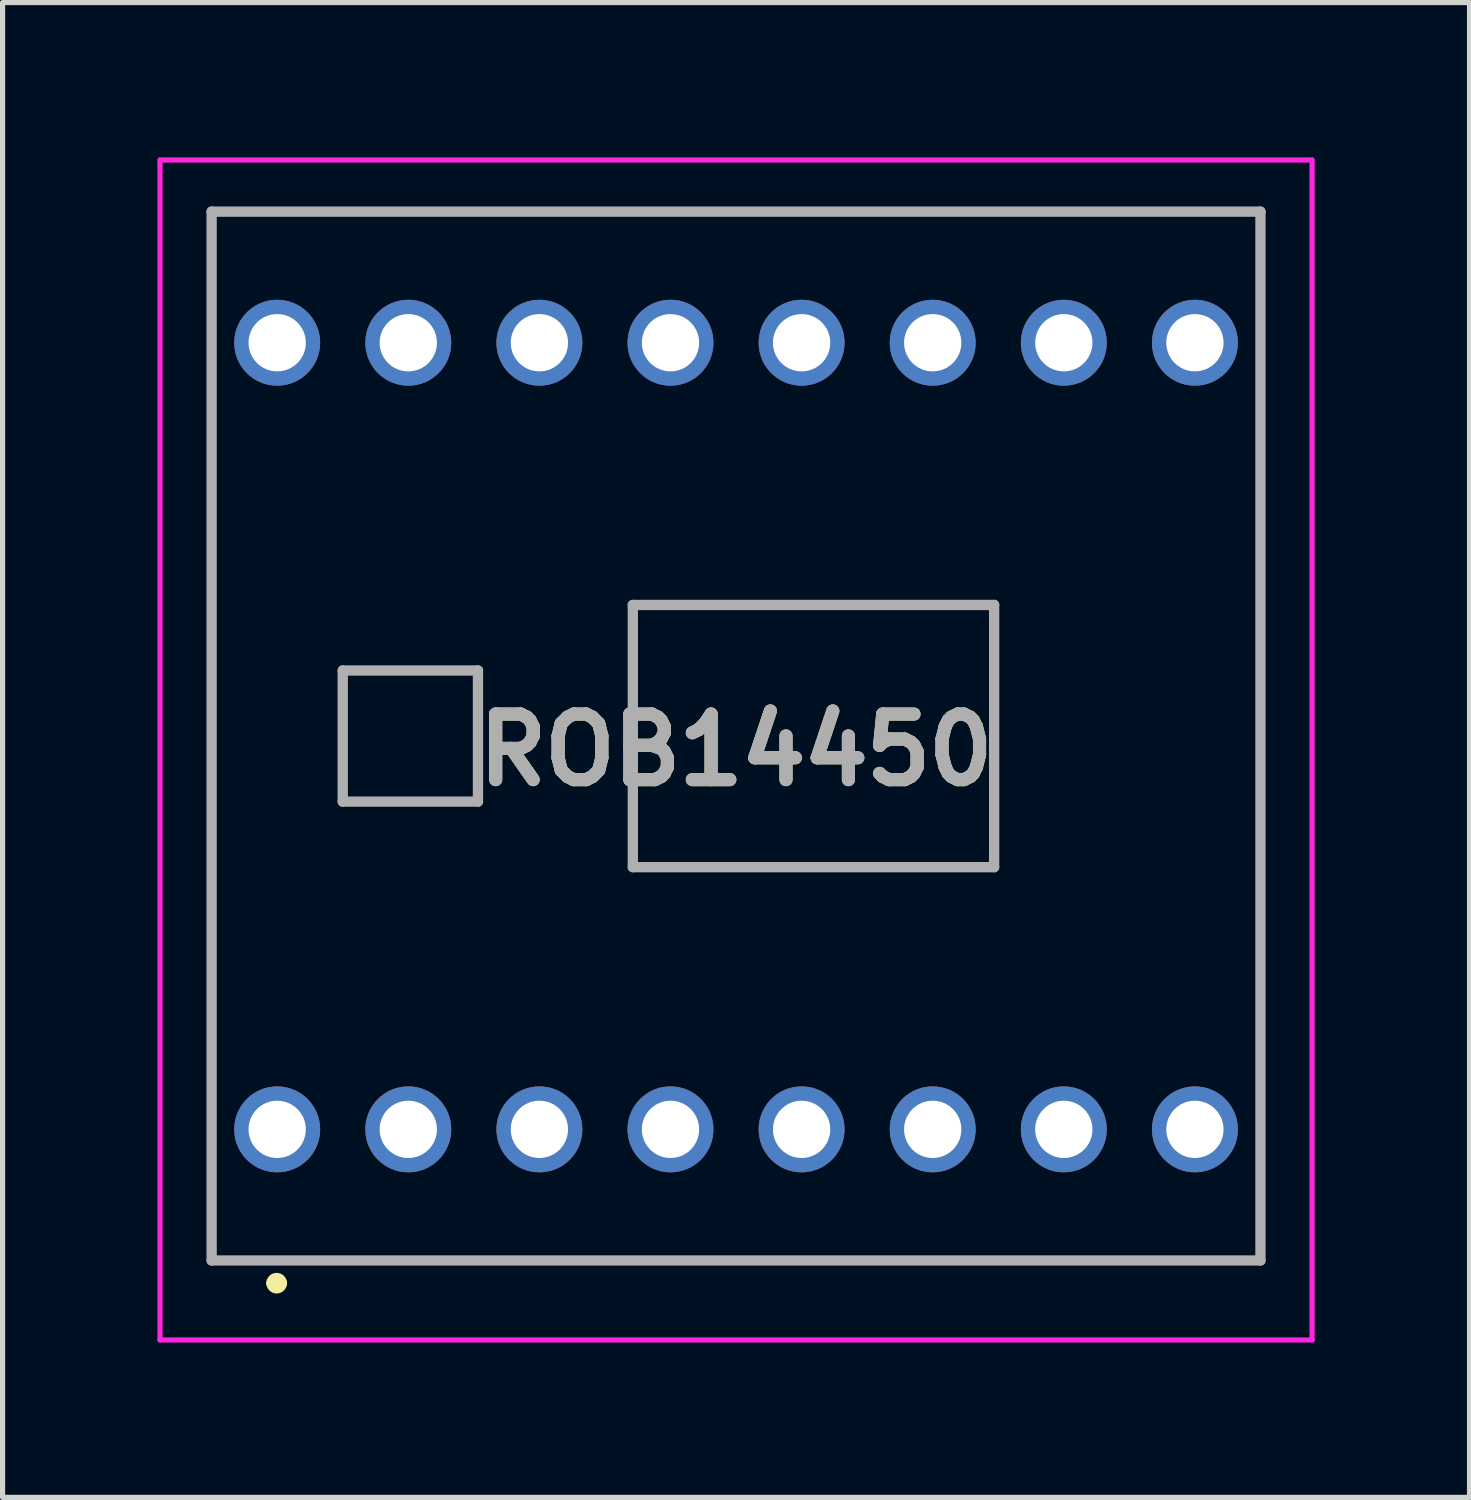
<source format=kicad_pcb>
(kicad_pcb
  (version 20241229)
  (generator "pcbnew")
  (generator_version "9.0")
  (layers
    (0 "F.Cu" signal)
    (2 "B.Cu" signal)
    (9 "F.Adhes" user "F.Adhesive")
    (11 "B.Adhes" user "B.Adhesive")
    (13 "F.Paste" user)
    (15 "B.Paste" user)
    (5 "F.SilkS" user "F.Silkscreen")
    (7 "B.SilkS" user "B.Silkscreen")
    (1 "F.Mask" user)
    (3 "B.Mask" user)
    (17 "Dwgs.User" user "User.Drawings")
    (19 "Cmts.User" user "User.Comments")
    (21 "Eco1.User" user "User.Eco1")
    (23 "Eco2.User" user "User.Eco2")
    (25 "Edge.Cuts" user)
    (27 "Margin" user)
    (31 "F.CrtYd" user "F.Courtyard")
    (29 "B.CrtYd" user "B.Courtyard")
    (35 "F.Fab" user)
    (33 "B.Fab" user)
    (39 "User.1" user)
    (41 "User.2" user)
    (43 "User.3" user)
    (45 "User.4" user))
  (footprint "ROB14450"
    (layer "F.Cu")
    (at 11.21 11.21)
    (property "Reference" "ROB14450" (at 0 0.27 0) (layer "F.SilkS") (effects (font (size 1.27 1.27) (thickness 0.254))))
    (attr through_hole)
    (fp_line (start -10.16 -10.16) (end 10.16 -10.16) (stroke (width 0.1) (type solid)) (layer "F.SilkS"))
    (fp_line (start -10.16 10.16) (end -10.16 -10.16) (stroke (width 0.1) (type solid)) (layer "F.SilkS"))
    (fp_line (start -9 10.6) (end -9 10.6) (stroke (width 0.2) (type solid)) (layer "F.SilkS"))
    (fp_line (start -8.8 10.6) (end -8.8 10.6) (stroke (width 0.2) (type solid)) (layer "F.SilkS"))
    (fp_line (start 10.16 -10.16) (end 10.16 10.16) (stroke (width 0.1) (type solid)) (layer "F.SilkS"))
    (fp_line (start 10.16 10.16) (end -10.16 10.16) (stroke (width 0.1) (type solid)) (layer "F.SilkS"))
    (fp_arc (start -9 10.6) (mid -8.9 10.5) (end -8.8 10.6) (stroke (width 0.2) (type solid)) (layer "F.SilkS"))
    (fp_arc (start -8.8 10.6) (mid -8.9 10.7) (end -9 10.6) (stroke (width 0.2) (type solid)) (layer "F.SilkS"))
    (fp_line (start -11.16 -11.16) (end 11.16 -11.16) (stroke (width 0.1) (type solid)) (layer "F.CrtYd"))
    (fp_line (start -11.16 11.7) (end -11.16 -11.16) (stroke (width 0.1) (type solid)) (layer "F.CrtYd"))
    (fp_line (start 11.16 -11.16) (end 11.16 11.7) (stroke (width 0.1) (type solid)) (layer "F.CrtYd"))
    (fp_line (start 11.16 11.7) (end -11.16 11.7) (stroke (width 0.1) (type solid)) (layer "F.CrtYd"))
    (fp_line (start -10.16 -10.16) (end 10.16 -10.16) (stroke (width 0.2) (type solid)) (layer "F.Fab"))
    (fp_line (start -10.16 10.16) (end -10.16 -10.16) (stroke (width 0.2) (type solid)) (layer "F.Fab"))
    (fp_line (start -7.62 -1.27) (end -5 -1.27) (stroke (width 0.2) (type solid)) (layer "F.Fab"))
    (fp_line (start -7.62 1.27) (end -7.62 -1.27) (stroke (width 0.2) (type solid)) (layer "F.Fab"))
    (fp_line (start -5 -1.27) (end -5 1.27) (stroke (width 0.2) (type solid)) (layer "F.Fab"))
    (fp_line (start -5 1.27) (end -7.62 1.27) (stroke (width 0.2) (type solid)) (layer "F.Fab"))
    (fp_line (start -2 -2.54) (end 5 -2.54) (stroke (width 0.2) (type solid)) (layer "F.Fab"))
    (fp_line (start -2 2.54) (end -2 -2.54) (stroke (width 0.2) (type solid)) (layer "F.Fab"))
    (fp_line (start 5 -2.54) (end 5 2.54) (stroke (width 0.2) (type solid)) (layer "F.Fab"))
    (fp_line (start 5 2.54) (end -2 2.54) (stroke (width 0.2) (type solid)) (layer "F.Fab"))
    (fp_line (start 10.16 -10.16) (end 10.16 10.16) (stroke (width 0.2) (type solid)) (layer "F.Fab"))
    (fp_line (start 10.16 10.16) (end -10.16 10.16) (stroke (width 0.2) (type solid)) (layer "F.Fab"))
    (fp_text user "${REFERENCE}" (at 0 0.27 0) (layer "F.Fab") (effects (font (size 1.27 1.27) (thickness 0.254))))
    (pad "1" thru_hole circle (at -8.89 7.62) (size 1.665 1.665) (drill 1.11) (layers "*.Cu" "*.Mask"))
    (pad "2" thru_hole circle (at -6.35 7.62) (size 1.665 1.665) (drill 1.11) (layers "*.Cu" "*.Mask"))
    (pad "3" thru_hole circle (at -3.81 7.62) (size 1.665 1.665) (drill 1.11) (layers "*.Cu" "*.Mask"))
    (pad "4" thru_hole circle (at -1.27 7.62) (size 1.665 1.665) (drill 1.11) (layers "*.Cu" "*.Mask"))
    (pad "5" thru_hole circle (at 1.27 7.62) (size 1.665 1.665) (drill 1.11) (layers "*.Cu" "*.Mask"))
    (pad "6" thru_hole circle (at 3.81 7.62) (size 1.665 1.665) (drill 1.11) (layers "*.Cu" "*.Mask"))
    (pad "7" thru_hole circle (at 6.35 7.62) (size 1.665 1.665) (drill 1.11) (layers "*.Cu" "*.Mask"))
    (pad "8" thru_hole circle (at 8.89 7.62) (size 1.665 1.665) (drill 1.11) (layers "*.Cu" "*.Mask"))
    (pad "9" thru_hole circle (at -8.89 -7.62) (size 1.665 1.665) (drill 1.11) (layers "*.Cu" "*.Mask"))
    (pad "10" thru_hole circle (at -6.35 -7.62) (size 1.665 1.665) (drill 1.11) (layers "*.Cu" "*.Mask"))
    (pad "11" thru_hole circle (at -3.81 -7.62) (size 1.665 1.665) (drill 1.11) (layers "*.Cu" "*.Mask"))
    (pad "12" thru_hole circle (at -1.27 -7.62) (size 1.665 1.665) (drill 1.11) (layers "*.Cu" "*.Mask"))
    (pad "13" thru_hole circle (at 1.27 -7.62) (size 1.665 1.665) (drill 1.11) (layers "*.Cu" "*.Mask"))
    (pad "14" thru_hole circle (at 3.81 -7.62) (size 1.665 1.665) (drill 1.11) (layers "*.Cu" "*.Mask"))
    (pad "15" thru_hole circle (at 6.35 -7.62) (size 1.665 1.665) (drill 1.11) (layers "*.Cu" "*.Mask"))
    (pad "16" thru_hole circle (at 8.89 -7.62) (size 1.665 1.665) (drill 1.11) (layers "*.Cu" "*.Mask")))
  (gr_rect
    (start -3 -3)
    (end 25.42 25.96)
    (stroke (width 0.1) (type default))
    (fill no)
    (layer "Edge.Cuts")))
</source>
